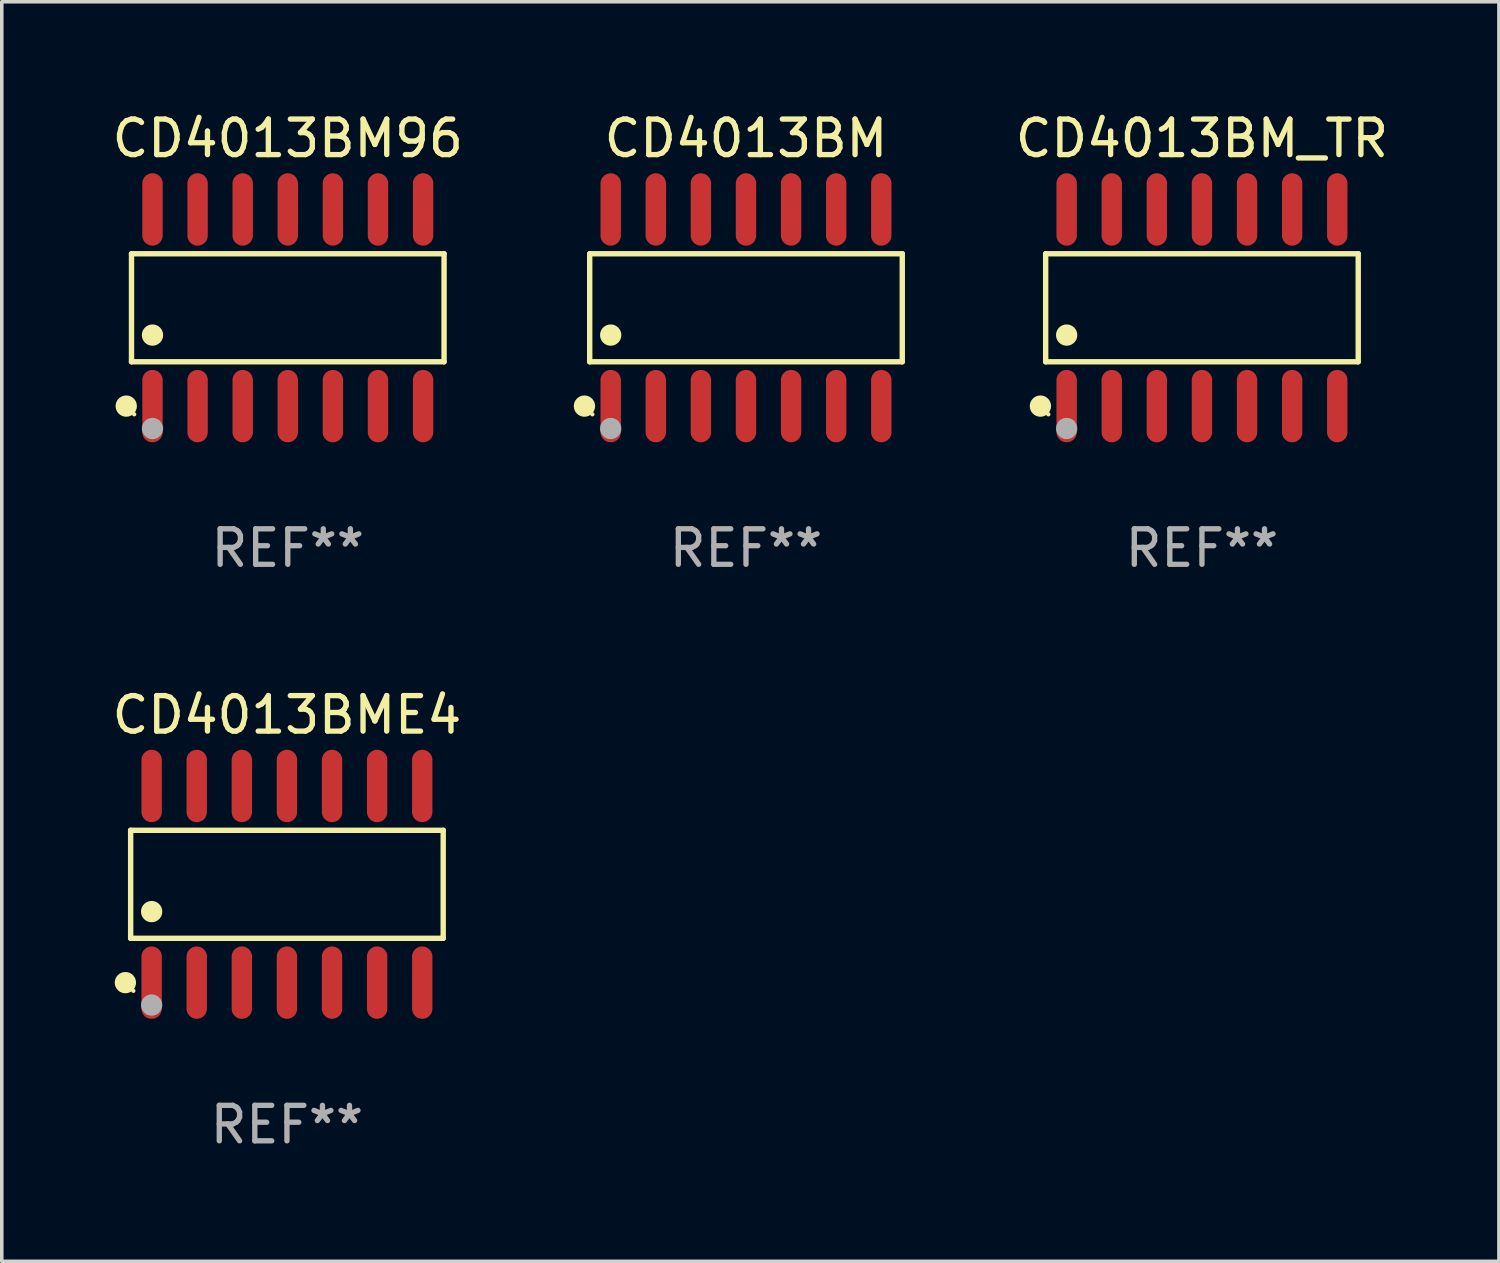
<source format=kicad_pcb>
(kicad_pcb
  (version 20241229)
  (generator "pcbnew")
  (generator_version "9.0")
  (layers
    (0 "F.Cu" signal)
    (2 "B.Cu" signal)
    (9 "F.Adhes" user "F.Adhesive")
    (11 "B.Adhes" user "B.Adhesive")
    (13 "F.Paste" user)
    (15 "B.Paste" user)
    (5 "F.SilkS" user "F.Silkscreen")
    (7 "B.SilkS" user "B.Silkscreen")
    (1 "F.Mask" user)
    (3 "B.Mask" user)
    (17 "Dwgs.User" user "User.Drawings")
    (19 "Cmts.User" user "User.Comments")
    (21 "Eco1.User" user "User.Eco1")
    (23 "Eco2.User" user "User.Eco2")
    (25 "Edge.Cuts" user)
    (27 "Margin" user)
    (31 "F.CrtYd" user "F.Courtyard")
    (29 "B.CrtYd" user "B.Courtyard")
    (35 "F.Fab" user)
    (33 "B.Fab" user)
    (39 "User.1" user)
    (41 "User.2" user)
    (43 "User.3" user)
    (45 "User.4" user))
  (footprint "CD4013BM"
    (layer "F.Cu")
    (at 17.957 5.617)
    (property "Reference" "CD4013BM" (at 0 -4.769 0) (layer "F.SilkS") (effects (font (size 1 1) (thickness 0.15))))
    (attr through_hole)
    (fp_line (start -4.401 -1.521) (end 4.401 -1.521) (stroke (width 0.152) (type solid)) (layer "F.SilkS"))
    (fp_line (start -4.401 1.521) (end -4.401 -1.521) (stroke (width 0.152) (type solid)) (layer "F.SilkS"))
    (fp_line (start 4.401 -1.521) (end 4.401 1.521) (stroke (width 0.152) (type solid)) (layer "F.SilkS"))
    (fp_line (start 4.401 1.521) (end -4.401 1.521) (stroke (width 0.152) (type solid)) (layer "F.SilkS"))
    (fp_circle (center -4.549 2.769) (end -4.399 2.769) (stroke (width 0.3) (type solid)) (fill no) (layer "F.SilkS"))
    (fp_circle (center -4.325 3) (end -4.295 3) (stroke (width 0.06) (type solid)) (fill no) (layer "F.SilkS"))
    (fp_circle (center -3.81 0.769) (end -3.66 0.769) (stroke (width 0.3) (type solid)) (fill no) (layer "F.SilkS"))
    (fp_circle (center -3.81 3.4) (end -3.66 3.4) (stroke (width 0.3) (type solid)) (fill no) (layer "F.Fab"))
    (fp_text user "REF**" (at 0 6.769 0) (layer "F.Fab") (effects (font (size 1 1) (thickness 0.15))))
    (pad "1" smd oval (at -3.81 2.769) (size 0.574 2.038) (layers "F.Cu" "F.Mask" "F.Paste"))
    (pad "2" smd oval (at -2.54 2.769) (size 0.574 2.038) (layers "F.Cu" "F.Mask" "F.Paste"))
    (pad "3" smd oval (at -1.27 2.769) (size 0.574 2.038) (layers "F.Cu" "F.Mask" "F.Paste"))
    (pad "4" smd oval (at 0 2.769) (size 0.574 2.038) (layers "F.Cu" "F.Mask" "F.Paste"))
    (pad "5" smd oval (at 1.27 2.769) (size 0.574 2.038) (layers "F.Cu" "F.Mask" "F.Paste"))
    (pad "6" smd oval (at 2.54 2.769) (size 0.574 2.038) (layers "F.Cu" "F.Mask" "F.Paste"))
    (pad "7" smd oval (at 3.81 2.769) (size 0.574 2.038) (layers "F.Cu" "F.Mask" "F.Paste"))
    (pad "8" smd oval (at 3.81 -2.769) (size 0.574 2.038) (layers "F.Cu" "F.Mask" "F.Paste"))
    (pad "9" smd oval (at 2.54 -2.769) (size 0.574 2.038) (layers "F.Cu" "F.Mask" "F.Paste"))
    (pad "10" smd oval (at 1.27 -2.769) (size 0.574 2.038) (layers "F.Cu" "F.Mask" "F.Paste"))
    (pad "11" smd oval (at 0 -2.769) (size 0.574 2.038) (layers "F.Cu" "F.Mask" "F.Paste"))
    (pad "12" smd oval (at -1.27 -2.769) (size 0.574 2.038) (layers "F.Cu" "F.Mask" "F.Paste"))
    (pad "13" smd oval (at -2.54 -2.769) (size 0.574 2.038) (layers "F.Cu" "F.Mask" "F.Paste"))
    (pad "14" smd oval (at -3.81 -2.769) (size 0.574 2.038) (layers "F.Cu" "F.Mask" "F.Paste")))
  (footprint "CD4013BM_TR"
    (layer "F.Cu")
    (at 30.797 5.617)
    (property "Reference" "CD4013BM_TR" (at 0 -4.769 0) (layer "F.SilkS") (effects (font (size 1 1) (thickness 0.15))))
    (attr through_hole)
    (fp_line (start -4.401 -1.521) (end 4.401 -1.521) (stroke (width 0.152) (type solid)) (layer "F.SilkS"))
    (fp_line (start -4.401 1.521) (end -4.401 -1.521) (stroke (width 0.152) (type solid)) (layer "F.SilkS"))
    (fp_line (start 4.401 -1.521) (end 4.401 1.521) (stroke (width 0.152) (type solid)) (layer "F.SilkS"))
    (fp_line (start 4.401 1.521) (end -4.401 1.521) (stroke (width 0.152) (type solid)) (layer "F.SilkS"))
    (fp_circle (center -4.549 2.769) (end -4.399 2.769) (stroke (width 0.3) (type solid)) (fill no) (layer "F.SilkS"))
    (fp_circle (center -4.325 3) (end -4.295 3) (stroke (width 0.06) (type solid)) (fill no) (layer "F.SilkS"))
    (fp_circle (center -3.81 0.769) (end -3.66 0.769) (stroke (width 0.3) (type solid)) (fill no) (layer "F.SilkS"))
    (fp_circle (center -3.81 3.4) (end -3.66 3.4) (stroke (width 0.3) (type solid)) (fill no) (layer "F.Fab"))
    (fp_text user "REF**" (at 0 6.769 0) (layer "F.Fab") (effects (font (size 1 1) (thickness 0.15))))
    (pad "1" smd oval (at -3.81 2.769) (size 0.574 2.038) (layers "F.Cu" "F.Mask" "F.Paste"))
    (pad "2" smd oval (at -2.54 2.769) (size 0.574 2.038) (layers "F.Cu" "F.Mask" "F.Paste"))
    (pad "3" smd oval (at -1.27 2.769) (size 0.574 2.038) (layers "F.Cu" "F.Mask" "F.Paste"))
    (pad "4" smd oval (at 0 2.769) (size 0.574 2.038) (layers "F.Cu" "F.Mask" "F.Paste"))
    (pad "5" smd oval (at 1.27 2.769) (size 0.574 2.038) (layers "F.Cu" "F.Mask" "F.Paste"))
    (pad "6" smd oval (at 2.54 2.769) (size 0.574 2.038) (layers "F.Cu" "F.Mask" "F.Paste"))
    (pad "7" smd oval (at 3.81 2.769) (size 0.574 2.038) (layers "F.Cu" "F.Mask" "F.Paste"))
    (pad "8" smd oval (at 3.81 -2.769) (size 0.574 2.038) (layers "F.Cu" "F.Mask" "F.Paste"))
    (pad "9" smd oval (at 2.54 -2.769) (size 0.574 2.038) (layers "F.Cu" "F.Mask" "F.Paste"))
    (pad "10" smd oval (at 1.27 -2.769) (size 0.574 2.038) (layers "F.Cu" "F.Mask" "F.Paste"))
    (pad "11" smd oval (at 0 -2.769) (size 0.574 2.038) (layers "F.Cu" "F.Mask" "F.Paste"))
    (pad "12" smd oval (at -1.27 -2.769) (size 0.574 2.038) (layers "F.Cu" "F.Mask" "F.Paste"))
    (pad "13" smd oval (at -2.54 -2.769) (size 0.574 2.038) (layers "F.Cu" "F.Mask" "F.Paste"))
    (pad "14" smd oval (at -3.81 -2.769) (size 0.574 2.038) (layers "F.Cu" "F.Mask" "F.Paste")))
  (footprint "CD4013BM96"
    (layer "F.Cu")
    (at 5.054 5.617)
    (property "Reference" "CD4013BM96" (at 0 -4.769 0) (layer "F.SilkS") (effects (font (size 1 1) (thickness 0.15))))
    (attr through_hole)
    (fp_line (start -4.401 -1.521) (end 4.401 -1.521) (stroke (width 0.152) (type solid)) (layer "F.SilkS"))
    (fp_line (start -4.401 1.521) (end -4.401 -1.521) (stroke (width 0.152) (type solid)) (layer "F.SilkS"))
    (fp_line (start 4.401 -1.521) (end 4.401 1.521) (stroke (width 0.152) (type solid)) (layer "F.SilkS"))
    (fp_line (start 4.401 1.521) (end -4.401 1.521) (stroke (width 0.152) (type solid)) (layer "F.SilkS"))
    (fp_circle (center -4.549 2.769) (end -4.399 2.769) (stroke (width 0.3) (type solid)) (fill no) (layer "F.SilkS"))
    (fp_circle (center -4.325 3) (end -4.295 3) (stroke (width 0.06) (type solid)) (fill no) (layer "F.SilkS"))
    (fp_circle (center -3.81 0.769) (end -3.66 0.769) (stroke (width 0.3) (type solid)) (fill no) (layer "F.SilkS"))
    (fp_circle (center -3.81 3.4) (end -3.66 3.4) (stroke (width 0.3) (type solid)) (fill no) (layer "F.Fab"))
    (fp_text user "REF**" (at 0 6.769 0) (layer "F.Fab") (effects (font (size 1 1) (thickness 0.15))))
    (pad "1" smd oval (at -3.81 2.769) (size 0.574 2.038) (layers "F.Cu" "F.Mask" "F.Paste"))
    (pad "2" smd oval (at -2.54 2.769) (size 0.574 2.038) (layers "F.Cu" "F.Mask" "F.Paste"))
    (pad "3" smd oval (at -1.27 2.769) (size 0.574 2.038) (layers "F.Cu" "F.Mask" "F.Paste"))
    (pad "4" smd oval (at 0 2.769) (size 0.574 2.038) (layers "F.Cu" "F.Mask" "F.Paste"))
    (pad "5" smd oval (at 1.27 2.769) (size 0.574 2.038) (layers "F.Cu" "F.Mask" "F.Paste"))
    (pad "6" smd oval (at 2.54 2.769) (size 0.574 2.038) (layers "F.Cu" "F.Mask" "F.Paste"))
    (pad "7" smd oval (at 3.81 2.769) (size 0.574 2.038) (layers "F.Cu" "F.Mask" "F.Paste"))
    (pad "8" smd oval (at 3.81 -2.769) (size 0.574 2.038) (layers "F.Cu" "F.Mask" "F.Paste"))
    (pad "9" smd oval (at 2.54 -2.769) (size 0.574 2.038) (layers "F.Cu" "F.Mask" "F.Paste"))
    (pad "10" smd oval (at 1.27 -2.769) (size 0.574 2.038) (layers "F.Cu" "F.Mask" "F.Paste"))
    (pad "11" smd oval (at 0 -2.769) (size 0.574 2.038) (layers "F.Cu" "F.Mask" "F.Paste"))
    (pad "12" smd oval (at -1.27 -2.769) (size 0.574 2.038) (layers "F.Cu" "F.Mask" "F.Paste"))
    (pad "13" smd oval (at -2.54 -2.769) (size 0.574 2.038) (layers "F.Cu" "F.Mask" "F.Paste"))
    (pad "14" smd oval (at -3.81 -2.769) (size 0.574 2.038) (layers "F.Cu" "F.Mask" "F.Paste")))
  (footprint "CD4013BME4"
    (layer "F.Cu")
    (at 5.03 21.852)
    (property "Reference" "CD4013BME4" (at 0 -4.769 0) (layer "F.SilkS") (effects (font (size 1 1) (thickness 0.15))))
    (attr through_hole)
    (fp_line (start -4.401 -1.521) (end 4.401 -1.521) (stroke (width 0.152) (type solid)) (layer "F.SilkS"))
    (fp_line (start -4.401 1.521) (end -4.401 -1.521) (stroke (width 0.152) (type solid)) (layer "F.SilkS"))
    (fp_line (start 4.401 -1.521) (end 4.401 1.521) (stroke (width 0.152) (type solid)) (layer "F.SilkS"))
    (fp_line (start 4.401 1.521) (end -4.401 1.521) (stroke (width 0.152) (type solid)) (layer "F.SilkS"))
    (fp_circle (center -4.549 2.769) (end -4.399 2.769) (stroke (width 0.3) (type solid)) (fill no) (layer "F.SilkS"))
    (fp_circle (center -4.325 3) (end -4.295 3) (stroke (width 0.06) (type solid)) (fill no) (layer "F.SilkS"))
    (fp_circle (center -3.81 0.769) (end -3.66 0.769) (stroke (width 0.3) (type solid)) (fill no) (layer "F.SilkS"))
    (fp_circle (center -3.81 3.4) (end -3.66 3.4) (stroke (width 0.3) (type solid)) (fill no) (layer "F.Fab"))
    (fp_text user "REF**" (at 0 6.769 0) (layer "F.Fab") (effects (font (size 1 1) (thickness 0.15))))
    (pad "1" smd oval (at -3.81 2.769) (size 0.574 2.038) (layers "F.Cu" "F.Mask" "F.Paste"))
    (pad "2" smd oval (at -2.54 2.769) (size 0.574 2.038) (layers "F.Cu" "F.Mask" "F.Paste"))
    (pad "3" smd oval (at -1.27 2.769) (size 0.574 2.038) (layers "F.Cu" "F.Mask" "F.Paste"))
    (pad "4" smd oval (at 0 2.769) (size 0.574 2.038) (layers "F.Cu" "F.Mask" "F.Paste"))
    (pad "5" smd oval (at 1.27 2.769) (size 0.574 2.038) (layers "F.Cu" "F.Mask" "F.Paste"))
    (pad "6" smd oval (at 2.54 2.769) (size 0.574 2.038) (layers "F.Cu" "F.Mask" "F.Paste"))
    (pad "7" smd oval (at 3.81 2.769) (size 0.574 2.038) (layers "F.Cu" "F.Mask" "F.Paste"))
    (pad "8" smd oval (at 3.81 -2.769) (size 0.574 2.038) (layers "F.Cu" "F.Mask" "F.Paste"))
    (pad "9" smd oval (at 2.54 -2.769) (size 0.574 2.038) (layers "F.Cu" "F.Mask" "F.Paste"))
    (pad "10" smd oval (at 1.27 -2.769) (size 0.574 2.038) (layers "F.Cu" "F.Mask" "F.Paste"))
    (pad "11" smd oval (at 0 -2.769) (size 0.574 2.038) (layers "F.Cu" "F.Mask" "F.Paste"))
    (pad "12" smd oval (at -1.27 -2.769) (size 0.574 2.038) (layers "F.Cu" "F.Mask" "F.Paste"))
    (pad "13" smd oval (at -2.54 -2.769) (size 0.574 2.038) (layers "F.Cu" "F.Mask" "F.Paste"))
    (pad "14" smd oval (at -3.81 -2.769) (size 0.574 2.038) (layers "F.Cu" "F.Mask" "F.Paste")))
  (gr_rect
    (start -3 -3)
    (end 39.16 32.469)
    (stroke (width 0.1) (type default))
    (fill no)
    (layer "Edge.Cuts")))
</source>
